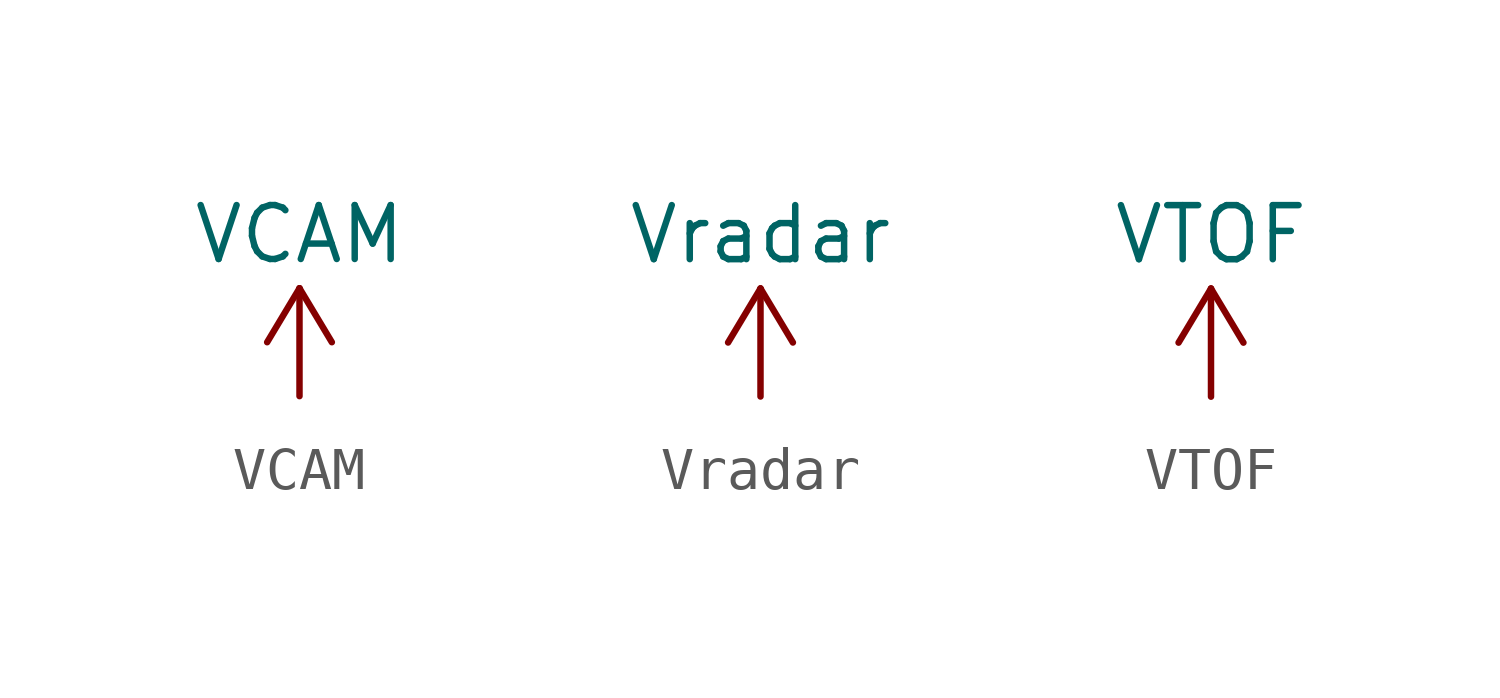
<source format=kicad_sym>
(kicad_symbol_lib
  (version 20220914)
  (generator kicad_symbol_editor)
  (symbol "VCAM"
    (power)
    (pin_names
      (offset 0))
    (property "Reference" "#PWR"
      (at 0 -3.81 0)
      (effects (font (size 1.27 1.27)) hide))
    (property "Value" "VCAM"
      (at 0 3.81 0)
      (effects (font (size 1.27 1.27))))
    (symbol "VCAM_0_1"
      (polyline (pts (xy -0.762 1.27) (xy 0 2.54)) (stroke (width 0) (type default)) (fill (type none)))
      (polyline (pts (xy 0 0) (xy 0 2.54)) (stroke (width 0) (type default)) (fill (type none)))
      (polyline (pts (xy 0 2.54) (xy 0.762 1.27)) (stroke (width 0) (type default)) (fill (type none))))
    (symbol "VCAM_1_1"
      (pin power_in line (at 0 0 90) (length 0) hide (name "VCAM" (effects (font (size 1.27 1.27)))) (number "1" (effects (font (size 1.27 1.27)))))))
  (symbol "Vradar"
    (power)
    (pin_names
      (offset 0))
    (property "Reference" "#PWR"
      (at 0 -3.81 0)
      (effects (font (size 1.27 1.27)) hide))
    (property "Value" "Vradar"
      (at 0 3.81 0)
      (effects (font (size 1.27 1.27))))
    (symbol "Vradar_0_1"
      (polyline (pts (xy -0.762 1.27) (xy 0 2.54)) (stroke (width 0) (type default)) (fill (type none)))
      (polyline (pts (xy 0 0) (xy 0 2.54)) (stroke (width 0) (type default)) (fill (type none)))
      (polyline (pts (xy 0 2.54) (xy 0.762 1.27)) (stroke (width 0) (type default)) (fill (type none))))
    (symbol "Vradar_1_1"
      (pin power_in line (at 0 0 90) (length 0) hide (name "Vradar" (effects (font (size 1.27 1.27)))) (number "1" (effects (font (size 1.27 1.27)))))))
  (symbol "VTOF"
    (power)
    (pin_names
      (offset 0))
    (property "Reference" "#PWR"
      (at 0 -3.81 0)
      (effects (font (size 1.27 1.27)) hide))
    (property "Value" "VTOF"
      (at 0 3.81 0)
      (effects (font (size 1.27 1.27))))
    (symbol "VTOF_0_1"
      (polyline (pts (xy -0.762 1.27) (xy 0 2.54)) (stroke (width 0) (type default)) (fill (type none)))
      (polyline (pts (xy 0 0) (xy 0 2.54)) (stroke (width 0) (type default)) (fill (type none)))
      (polyline (pts (xy 0 2.54) (xy 0.762 1.27)) (stroke (width 0) (type default)) (fill (type none))))
    (symbol "VTOF_1_1"
      (pin power_in line (at 0 0 90) (length 0) hide (name "VTOF" (effects (font (size 1.27 1.27)))) (number "1" (effects (font (size 1.27 1.27))))))))
</source>
